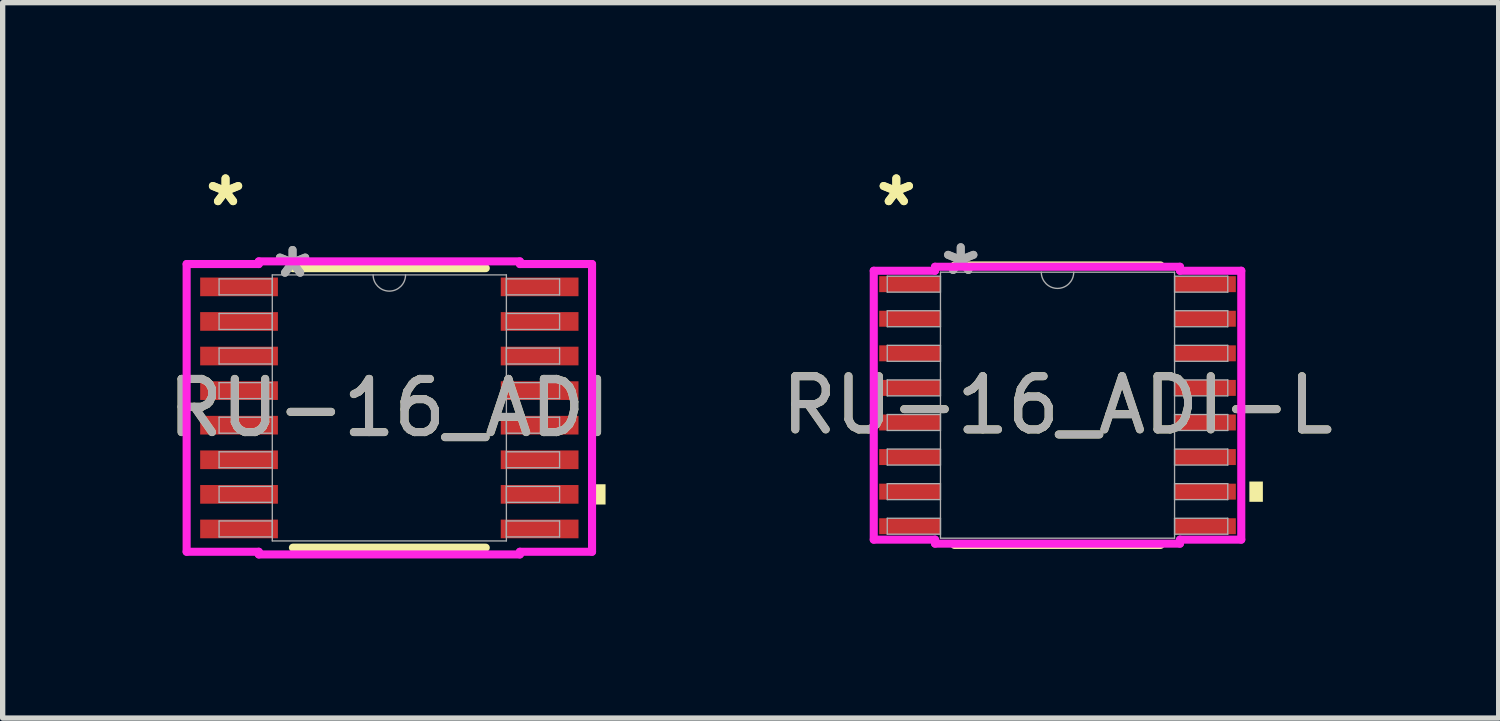
<source format=kicad_pcb>
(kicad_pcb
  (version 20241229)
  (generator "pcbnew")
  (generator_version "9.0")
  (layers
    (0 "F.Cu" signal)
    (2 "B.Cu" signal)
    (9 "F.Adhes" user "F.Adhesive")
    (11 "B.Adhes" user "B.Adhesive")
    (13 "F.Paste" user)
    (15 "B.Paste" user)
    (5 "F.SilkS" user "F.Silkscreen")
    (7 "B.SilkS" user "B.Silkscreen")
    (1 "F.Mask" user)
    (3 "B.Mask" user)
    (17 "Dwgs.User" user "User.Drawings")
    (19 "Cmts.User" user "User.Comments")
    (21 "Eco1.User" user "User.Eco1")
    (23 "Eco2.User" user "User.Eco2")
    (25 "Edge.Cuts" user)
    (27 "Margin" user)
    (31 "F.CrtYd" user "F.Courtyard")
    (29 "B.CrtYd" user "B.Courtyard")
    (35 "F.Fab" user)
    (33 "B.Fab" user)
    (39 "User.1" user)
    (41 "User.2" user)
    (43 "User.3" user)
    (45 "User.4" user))
  (footprint "RU-16_ADI"
    (layer "F.Cu")
    (at 4.268 4.617)
    (property "Reference" "RU-16_ADI" (at 0 0 0) (unlocked yes) (layer "F.SilkS") (effects (font (size 1 1) (thickness 0.15))))
    (attr smd)
    (fp_line (start -1.812 2.627) (end 1.812 2.627) (stroke (width 0.152) (type solid)) (layer "F.SilkS"))
    (fp_line (start 1.812 -2.627) (end -1.812 -2.627) (stroke (width 0.152) (type solid)) (layer "F.SilkS"))
    (fp_poly (pts (xy 4.064 1.435) (xy 4.064 1.816) (xy 3.81 1.816) (xy 3.81 1.435)) (stroke (width 0) (type solid)) (fill yes) (layer "F.SilkS"))
    (fp_line (start -3.81 -2.704) (end -2.454 -2.704) (stroke (width 0.152) (type solid)) (layer "F.CrtYd"))
    (fp_line (start -3.81 2.704) (end -3.81 -2.704) (stroke (width 0.152) (type solid)) (layer "F.CrtYd"))
    (fp_line (start -3.81 2.704) (end -2.454 2.704) (stroke (width 0.152) (type solid)) (layer "F.CrtYd"))
    (fp_line (start -2.454 -2.754) (end 2.454 -2.754) (stroke (width 0.152) (type solid)) (layer "F.CrtYd"))
    (fp_line (start -2.454 -2.704) (end -2.454 -2.754) (stroke (width 0.152) (type solid)) (layer "F.CrtYd"))
    (fp_line (start -2.454 2.754) (end -2.454 2.704) (stroke (width 0.152) (type solid)) (layer "F.CrtYd"))
    (fp_line (start 2.454 -2.754) (end 2.454 -2.704) (stroke (width 0.152) (type solid)) (layer "F.CrtYd"))
    (fp_line (start 2.454 2.704) (end 2.454 2.754) (stroke (width 0.152) (type solid)) (layer "F.CrtYd"))
    (fp_line (start 2.454 2.754) (end -2.454 2.754) (stroke (width 0.152) (type solid)) (layer "F.CrtYd"))
    (fp_line (start 3.81 -2.704) (end 2.454 -2.704) (stroke (width 0.152) (type solid)) (layer "F.CrtYd"))
    (fp_line (start 3.81 -2.704) (end 3.81 2.704) (stroke (width 0.152) (type solid)) (layer "F.CrtYd"))
    (fp_line (start 3.81 2.704) (end 2.454 2.704) (stroke (width 0.152) (type solid)) (layer "F.CrtYd"))
    (fp_line (start -3.2 -2.425) (end -3.2 -2.125) (stroke (width 0.025) (type solid)) (layer "F.Fab"))
    (fp_line (start -3.2 -2.125) (end -2.2 -2.125) (stroke (width 0.025) (type solid)) (layer "F.Fab"))
    (fp_line (start -3.2 -1.775) (end -3.2 -1.475) (stroke (width 0.025) (type solid)) (layer "F.Fab"))
    (fp_line (start -3.2 -1.475) (end -2.2 -1.475) (stroke (width 0.025) (type solid)) (layer "F.Fab"))
    (fp_line (start -3.2 -1.125) (end -3.2 -0.825) (stroke (width 0.025) (type solid)) (layer "F.Fab"))
    (fp_line (start -3.2 -0.825) (end -2.2 -0.825) (stroke (width 0.025) (type solid)) (layer "F.Fab"))
    (fp_line (start -3.2 -0.475) (end -3.2 -0.175) (stroke (width 0.025) (type solid)) (layer "F.Fab"))
    (fp_line (start -3.2 -0.175) (end -2.2 -0.175) (stroke (width 0.025) (type solid)) (layer "F.Fab"))
    (fp_line (start -3.2 0.175) (end -3.2 0.475) (stroke (width 0.025) (type solid)) (layer "F.Fab"))
    (fp_line (start -3.2 0.475) (end -2.2 0.475) (stroke (width 0.025) (type solid)) (layer "F.Fab"))
    (fp_line (start -3.2 0.825) (end -3.2 1.125) (stroke (width 0.025) (type solid)) (layer "F.Fab"))
    (fp_line (start -3.2 1.125) (end -2.2 1.125) (stroke (width 0.025) (type solid)) (layer "F.Fab"))
    (fp_line (start -3.2 1.475) (end -3.2 1.775) (stroke (width 0.025) (type solid)) (layer "F.Fab"))
    (fp_line (start -3.2 1.775) (end -2.2 1.775) (stroke (width 0.025) (type solid)) (layer "F.Fab"))
    (fp_line (start -3.2 2.125) (end -3.2 2.425) (stroke (width 0.025) (type solid)) (layer "F.Fab"))
    (fp_line (start -3.2 2.425) (end -2.2 2.425) (stroke (width 0.025) (type solid)) (layer "F.Fab"))
    (fp_line (start -2.2 -2.5) (end -2.2 2.5) (stroke (width 0.025) (type solid)) (layer "F.Fab"))
    (fp_line (start -2.2 -2.425) (end -3.2 -2.425) (stroke (width 0.025) (type solid)) (layer "F.Fab"))
    (fp_line (start -2.2 -2.125) (end -2.2 -2.425) (stroke (width 0.025) (type solid)) (layer "F.Fab"))
    (fp_line (start -2.2 -1.775) (end -3.2 -1.775) (stroke (width 0.025) (type solid)) (layer "F.Fab"))
    (fp_line (start -2.2 -1.475) (end -2.2 -1.775) (stroke (width 0.025) (type solid)) (layer "F.Fab"))
    (fp_line (start -2.2 -1.125) (end -3.2 -1.125) (stroke (width 0.025) (type solid)) (layer "F.Fab"))
    (fp_line (start -2.2 -0.825) (end -2.2 -1.125) (stroke (width 0.025) (type solid)) (layer "F.Fab"))
    (fp_line (start -2.2 -0.475) (end -3.2 -0.475) (stroke (width 0.025) (type solid)) (layer "F.Fab"))
    (fp_line (start -2.2 -0.175) (end -2.2 -0.475) (stroke (width 0.025) (type solid)) (layer "F.Fab"))
    (fp_line (start -2.2 0.175) (end -3.2 0.175) (stroke (width 0.025) (type solid)) (layer "F.Fab"))
    (fp_line (start -2.2 0.475) (end -2.2 0.175) (stroke (width 0.025) (type solid)) (layer "F.Fab"))
    (fp_line (start -2.2 0.825) (end -3.2 0.825) (stroke (width 0.025) (type solid)) (layer "F.Fab"))
    (fp_line (start -2.2 1.125) (end -2.2 0.825) (stroke (width 0.025) (type solid)) (layer "F.Fab"))
    (fp_line (start -2.2 1.475) (end -3.2 1.475) (stroke (width 0.025) (type solid)) (layer "F.Fab"))
    (fp_line (start -2.2 1.775) (end -2.2 1.475) (stroke (width 0.025) (type solid)) (layer "F.Fab"))
    (fp_line (start -2.2 2.125) (end -3.2 2.125) (stroke (width 0.025) (type solid)) (layer "F.Fab"))
    (fp_line (start -2.2 2.425) (end -2.2 2.125) (stroke (width 0.025) (type solid)) (layer "F.Fab"))
    (fp_line (start -2.2 2.5) (end 2.2 2.5) (stroke (width 0.025) (type solid)) (layer "F.Fab"))
    (fp_line (start 2.2 -2.5) (end -2.2 -2.5) (stroke (width 0.025) (type solid)) (layer "F.Fab"))
    (fp_line (start 2.2 -2.425) (end 2.2 -2.125) (stroke (width 0.025) (type solid)) (layer "F.Fab"))
    (fp_line (start 2.2 -2.125) (end 3.2 -2.125) (stroke (width 0.025) (type solid)) (layer "F.Fab"))
    (fp_line (start 2.2 -1.775) (end 2.2 -1.475) (stroke (width 0.025) (type solid)) (layer "F.Fab"))
    (fp_line (start 2.2 -1.475) (end 3.2 -1.475) (stroke (width 0.025) (type solid)) (layer "F.Fab"))
    (fp_line (start 2.2 -1.125) (end 2.2 -0.825) (stroke (width 0.025) (type solid)) (layer "F.Fab"))
    (fp_line (start 2.2 -0.825) (end 3.2 -0.825) (stroke (width 0.025) (type solid)) (layer "F.Fab"))
    (fp_line (start 2.2 -0.475) (end 2.2 -0.175) (stroke (width 0.025) (type solid)) (layer "F.Fab"))
    (fp_line (start 2.2 -0.175) (end 3.2 -0.175) (stroke (width 0.025) (type solid)) (layer "F.Fab"))
    (fp_line (start 2.2 0.175) (end 2.2 0.475) (stroke (width 0.025) (type solid)) (layer "F.Fab"))
    (fp_line (start 2.2 0.475) (end 3.2 0.475) (stroke (width 0.025) (type solid)) (layer "F.Fab"))
    (fp_line (start 2.2 0.825) (end 2.2 1.125) (stroke (width 0.025) (type solid)) (layer "F.Fab"))
    (fp_line (start 2.2 1.125) (end 3.2 1.125) (stroke (width 0.025) (type solid)) (layer "F.Fab"))
    (fp_line (start 2.2 1.475) (end 2.2 1.775) (stroke (width 0.025) (type solid)) (layer "F.Fab"))
    (fp_line (start 2.2 1.775) (end 3.2 1.775) (stroke (width 0.025) (type solid)) (layer "F.Fab"))
    (fp_line (start 2.2 2.125) (end 2.2 2.425) (stroke (width 0.025) (type solid)) (layer "F.Fab"))
    (fp_line (start 2.2 2.425) (end 3.2 2.425) (stroke (width 0.025) (type solid)) (layer "F.Fab"))
    (fp_line (start 2.2 2.5) (end 2.2 -2.5) (stroke (width 0.025) (type solid)) (layer "F.Fab"))
    (fp_line (start 3.2 -2.425) (end 2.2 -2.425) (stroke (width 0.025) (type solid)) (layer "F.Fab"))
    (fp_line (start 3.2 -2.125) (end 3.2 -2.425) (stroke (width 0.025) (type solid)) (layer "F.Fab"))
    (fp_line (start 3.2 -1.775) (end 2.2 -1.775) (stroke (width 0.025) (type solid)) (layer "F.Fab"))
    (fp_line (start 3.2 -1.475) (end 3.2 -1.775) (stroke (width 0.025) (type solid)) (layer "F.Fab"))
    (fp_line (start 3.2 -1.125) (end 2.2 -1.125) (stroke (width 0.025) (type solid)) (layer "F.Fab"))
    (fp_line (start 3.2 -0.825) (end 3.2 -1.125) (stroke (width 0.025) (type solid)) (layer "F.Fab"))
    (fp_line (start 3.2 -0.475) (end 2.2 -0.475) (stroke (width 0.025) (type solid)) (layer "F.Fab"))
    (fp_line (start 3.2 -0.175) (end 3.2 -0.475) (stroke (width 0.025) (type solid)) (layer "F.Fab"))
    (fp_line (start 3.2 0.175) (end 2.2 0.175) (stroke (width 0.025) (type solid)) (layer "F.Fab"))
    (fp_line (start 3.2 0.475) (end 3.2 0.175) (stroke (width 0.025) (type solid)) (layer "F.Fab"))
    (fp_line (start 3.2 0.825) (end 2.2 0.825) (stroke (width 0.025) (type solid)) (layer "F.Fab"))
    (fp_line (start 3.2 1.125) (end 3.2 0.825) (stroke (width 0.025) (type solid)) (layer "F.Fab"))
    (fp_line (start 3.2 1.475) (end 2.2 1.475) (stroke (width 0.025) (type solid)) (layer "F.Fab"))
    (fp_line (start 3.2 1.775) (end 3.2 1.475) (stroke (width 0.025) (type solid)) (layer "F.Fab"))
    (fp_line (start 3.2 2.125) (end 2.2 2.125) (stroke (width 0.025) (type solid)) (layer "F.Fab"))
    (fp_line (start 3.2 2.425) (end 3.2 2.125) (stroke (width 0.025) (type solid)) (layer "F.Fab"))
    (fp_arc (start 0.3048 -2.5) (mid 0 -2.1952) (end -0.3048 -2.5) (stroke (width 0.0254) (type solid)) (layer "F.Fab"))
    (fp_text user "*" (at -3.079 -3.769 0) (layer "F.SilkS") (effects (font (size 1 1) (thickness 0.15))))
    (fp_text user "*" (at -3.079 -3.769 0) (unlocked yes) (layer "F.SilkS") (effects (font (size 1 1) (thickness 0.15))))
    (fp_text user "${REFERENCE}" (at 0 0 0) (unlocked yes) (layer "F.Fab") (effects (font (size 1 1) (thickness 0.15))))
    (fp_text user "*" (at -1.819 -2.424 0) (layer "F.Fab") (effects (font (size 1 1) (thickness 0.15))))
    (fp_text user "*" (at -1.819 -2.424 0) (unlocked yes) (layer "F.Fab") (effects (font (size 1 1) (thickness 0.15))))
    (pad "1" smd rect (at -2.825 -2.275) (size 1.461 0.351) (layers "F.Cu" "F.Mask" "F.Paste"))
    (pad "2" smd rect (at -2.825 -1.625) (size 1.461 0.351) (layers "F.Cu" "F.Mask" "F.Paste"))
    (pad "3" smd rect (at -2.825 -0.975) (size 1.461 0.351) (layers "F.Cu" "F.Mask" "F.Paste"))
    (pad "4" smd rect (at -2.825 -0.325) (size 1.461 0.351) (layers "F.Cu" "F.Mask" "F.Paste"))
    (pad "5" smd rect (at -2.825 0.325) (size 1.461 0.351) (layers "F.Cu" "F.Mask" "F.Paste"))
    (pad "6" smd rect (at -2.825 0.975) (size 1.461 0.351) (layers "F.Cu" "F.Mask" "F.Paste"))
    (pad "7" smd rect (at -2.825 1.625) (size 1.461 0.351) (layers "F.Cu" "F.Mask" "F.Paste"))
    (pad "8" smd rect (at -2.825 2.275) (size 1.461 0.351) (layers "F.Cu" "F.Mask" "F.Paste"))
    (pad "9" smd rect (at 2.825 2.275) (size 1.461 0.351) (layers "F.Cu" "F.Mask" "F.Paste"))
    (pad "10" smd rect (at 2.825 1.625) (size 1.461 0.351) (layers "F.Cu" "F.Mask" "F.Paste"))
    (pad "11" smd rect (at 2.825 0.975) (size 1.461 0.351) (layers "F.Cu" "F.Mask" "F.Paste"))
    (pad "12" smd rect (at 2.825 0.325) (size 1.461 0.351) (layers "F.Cu" "F.Mask" "F.Paste"))
    (pad "13" smd rect (at 2.825 -0.325) (size 1.461 0.351) (layers "F.Cu" "F.Mask" "F.Paste"))
    (pad "14" smd rect (at 2.825 -0.975) (size 1.461 0.351) (layers "F.Cu" "F.Mask" "F.Paste"))
    (pad "15" smd rect (at 2.825 -1.625) (size 1.461 0.351) (layers "F.Cu" "F.Mask" "F.Paste"))
    (pad "16" smd rect (at 2.825 -2.275) (size 1.461 0.351) (layers "F.Cu" "F.Mask" "F.Paste")))
  (footprint "RU-16_ADI-L"
    (layer "F.Cu")
    (at 16.827 4.566)
    (property "Reference" "RU-16_ADI-L" (at 0 0 0) (unlocked yes) (layer "F.SilkS") (effects (font (size 1 1) (thickness 0.15))))
    (attr smd)
    (fp_line (start -1.936 2.627) (end 1.936 2.627) (stroke (width 0.152) (type solid)) (layer "F.SilkS"))
    (fp_line (start 1.936 -2.627) (end -1.936 -2.627) (stroke (width 0.152) (type solid)) (layer "F.SilkS"))
    (fp_poly (pts (xy 3.86 1.435) (xy 3.86 1.816) (xy 3.606 1.816) (xy 3.606 1.435)) (stroke (width 0) (type solid)) (fill yes) (layer "F.SilkS"))
    (fp_line (start -3.454 -2.527) (end -2.302 -2.527) (stroke (width 0.152) (type solid)) (layer "F.CrtYd"))
    (fp_line (start -3.454 2.527) (end -3.454 -2.527) (stroke (width 0.152) (type solid)) (layer "F.CrtYd"))
    (fp_line (start -3.454 2.527) (end -2.302 2.527) (stroke (width 0.152) (type solid)) (layer "F.CrtYd"))
    (fp_line (start -2.302 -2.602) (end 2.302 -2.602) (stroke (width 0.152) (type solid)) (layer "F.CrtYd"))
    (fp_line (start -2.302 -2.527) (end -2.302 -2.602) (stroke (width 0.152) (type solid)) (layer "F.CrtYd"))
    (fp_line (start -2.302 2.602) (end -2.302 2.527) (stroke (width 0.152) (type solid)) (layer "F.CrtYd"))
    (fp_line (start 2.302 -2.602) (end 2.302 -2.527) (stroke (width 0.152) (type solid)) (layer "F.CrtYd"))
    (fp_line (start 2.302 2.527) (end 2.302 2.602) (stroke (width 0.152) (type solid)) (layer "F.CrtYd"))
    (fp_line (start 2.302 2.602) (end -2.302 2.602) (stroke (width 0.152) (type solid)) (layer "F.CrtYd"))
    (fp_line (start 3.454 -2.527) (end 2.302 -2.527) (stroke (width 0.152) (type solid)) (layer "F.CrtYd"))
    (fp_line (start 3.454 -2.527) (end 3.454 2.527) (stroke (width 0.152) (type solid)) (layer "F.CrtYd"))
    (fp_line (start 3.454 2.527) (end 2.302 2.527) (stroke (width 0.152) (type solid)) (layer "F.CrtYd"))
    (fp_line (start -3.2 -2.425) (end -3.2 -2.125) (stroke (width 0.025) (type solid)) (layer "F.Fab"))
    (fp_line (start -3.2 -2.125) (end -2.2 -2.125) (stroke (width 0.025) (type solid)) (layer "F.Fab"))
    (fp_line (start -3.2 -1.775) (end -3.2 -1.475) (stroke (width 0.025) (type solid)) (layer "F.Fab"))
    (fp_line (start -3.2 -1.475) (end -2.2 -1.475) (stroke (width 0.025) (type solid)) (layer "F.Fab"))
    (fp_line (start -3.2 -1.125) (end -3.2 -0.825) (stroke (width 0.025) (type solid)) (layer "F.Fab"))
    (fp_line (start -3.2 -0.825) (end -2.2 -0.825) (stroke (width 0.025) (type solid)) (layer "F.Fab"))
    (fp_line (start -3.2 -0.475) (end -3.2 -0.175) (stroke (width 0.025) (type solid)) (layer "F.Fab"))
    (fp_line (start -3.2 -0.175) (end -2.2 -0.175) (stroke (width 0.025) (type solid)) (layer "F.Fab"))
    (fp_line (start -3.2 0.175) (end -3.2 0.475) (stroke (width 0.025) (type solid)) (layer "F.Fab"))
    (fp_line (start -3.2 0.475) (end -2.2 0.475) (stroke (width 0.025) (type solid)) (layer "F.Fab"))
    (fp_line (start -3.2 0.825) (end -3.2 1.125) (stroke (width 0.025) (type solid)) (layer "F.Fab"))
    (fp_line (start -3.2 1.125) (end -2.2 1.125) (stroke (width 0.025) (type solid)) (layer "F.Fab"))
    (fp_line (start -3.2 1.475) (end -3.2 1.775) (stroke (width 0.025) (type solid)) (layer "F.Fab"))
    (fp_line (start -3.2 1.775) (end -2.2 1.775) (stroke (width 0.025) (type solid)) (layer "F.Fab"))
    (fp_line (start -3.2 2.125) (end -3.2 2.425) (stroke (width 0.025) (type solid)) (layer "F.Fab"))
    (fp_line (start -3.2 2.425) (end -2.2 2.425) (stroke (width 0.025) (type solid)) (layer "F.Fab"))
    (fp_line (start -2.2 -2.5) (end -2.2 2.5) (stroke (width 0.025) (type solid)) (layer "F.Fab"))
    (fp_line (start -2.2 -2.425) (end -3.2 -2.425) (stroke (width 0.025) (type solid)) (layer "F.Fab"))
    (fp_line (start -2.2 -2.125) (end -2.2 -2.425) (stroke (width 0.025) (type solid)) (layer "F.Fab"))
    (fp_line (start -2.2 -1.775) (end -3.2 -1.775) (stroke (width 0.025) (type solid)) (layer "F.Fab"))
    (fp_line (start -2.2 -1.475) (end -2.2 -1.775) (stroke (width 0.025) (type solid)) (layer "F.Fab"))
    (fp_line (start -2.2 -1.125) (end -3.2 -1.125) (stroke (width 0.025) (type solid)) (layer "F.Fab"))
    (fp_line (start -2.2 -0.825) (end -2.2 -1.125) (stroke (width 0.025) (type solid)) (layer "F.Fab"))
    (fp_line (start -2.2 -0.475) (end -3.2 -0.475) (stroke (width 0.025) (type solid)) (layer "F.Fab"))
    (fp_line (start -2.2 -0.175) (end -2.2 -0.475) (stroke (width 0.025) (type solid)) (layer "F.Fab"))
    (fp_line (start -2.2 0.175) (end -3.2 0.175) (stroke (width 0.025) (type solid)) (layer "F.Fab"))
    (fp_line (start -2.2 0.475) (end -2.2 0.175) (stroke (width 0.025) (type solid)) (layer "F.Fab"))
    (fp_line (start -2.2 0.825) (end -3.2 0.825) (stroke (width 0.025) (type solid)) (layer "F.Fab"))
    (fp_line (start -2.2 1.125) (end -2.2 0.825) (stroke (width 0.025) (type solid)) (layer "F.Fab"))
    (fp_line (start -2.2 1.475) (end -3.2 1.475) (stroke (width 0.025) (type solid)) (layer "F.Fab"))
    (fp_line (start -2.2 1.775) (end -2.2 1.475) (stroke (width 0.025) (type solid)) (layer "F.Fab"))
    (fp_line (start -2.2 2.125) (end -3.2 2.125) (stroke (width 0.025) (type solid)) (layer "F.Fab"))
    (fp_line (start -2.2 2.425) (end -2.2 2.125) (stroke (width 0.025) (type solid)) (layer "F.Fab"))
    (fp_line (start -2.2 2.5) (end 2.2 2.5) (stroke (width 0.025) (type solid)) (layer "F.Fab"))
    (fp_line (start 2.2 -2.5) (end -2.2 -2.5) (stroke (width 0.025) (type solid)) (layer "F.Fab"))
    (fp_line (start 2.2 -2.425) (end 2.2 -2.125) (stroke (width 0.025) (type solid)) (layer "F.Fab"))
    (fp_line (start 2.2 -2.125) (end 3.2 -2.125) (stroke (width 0.025) (type solid)) (layer "F.Fab"))
    (fp_line (start 2.2 -1.775) (end 2.2 -1.475) (stroke (width 0.025) (type solid)) (layer "F.Fab"))
    (fp_line (start 2.2 -1.475) (end 3.2 -1.475) (stroke (width 0.025) (type solid)) (layer "F.Fab"))
    (fp_line (start 2.2 -1.125) (end 2.2 -0.825) (stroke (width 0.025) (type solid)) (layer "F.Fab"))
    (fp_line (start 2.2 -0.825) (end 3.2 -0.825) (stroke (width 0.025) (type solid)) (layer "F.Fab"))
    (fp_line (start 2.2 -0.475) (end 2.2 -0.175) (stroke (width 0.025) (type solid)) (layer "F.Fab"))
    (fp_line (start 2.2 -0.175) (end 3.2 -0.175) (stroke (width 0.025) (type solid)) (layer "F.Fab"))
    (fp_line (start 2.2 0.175) (end 2.2 0.475) (stroke (width 0.025) (type solid)) (layer "F.Fab"))
    (fp_line (start 2.2 0.475) (end 3.2 0.475) (stroke (width 0.025) (type solid)) (layer "F.Fab"))
    (fp_line (start 2.2 0.825) (end 2.2 1.125) (stroke (width 0.025) (type solid)) (layer "F.Fab"))
    (fp_line (start 2.2 1.125) (end 3.2 1.125) (stroke (width 0.025) (type solid)) (layer "F.Fab"))
    (fp_line (start 2.2 1.475) (end 2.2 1.775) (stroke (width 0.025) (type solid)) (layer "F.Fab"))
    (fp_line (start 2.2 1.775) (end 3.2 1.775) (stroke (width 0.025) (type solid)) (layer "F.Fab"))
    (fp_line (start 2.2 2.125) (end 2.2 2.425) (stroke (width 0.025) (type solid)) (layer "F.Fab"))
    (fp_line (start 2.2 2.425) (end 3.2 2.425) (stroke (width 0.025) (type solid)) (layer "F.Fab"))
    (fp_line (start 2.2 2.5) (end 2.2 -2.5) (stroke (width 0.025) (type solid)) (layer "F.Fab"))
    (fp_line (start 3.2 -2.425) (end 2.2 -2.425) (stroke (width 0.025) (type solid)) (layer "F.Fab"))
    (fp_line (start 3.2 -2.125) (end 3.2 -2.425) (stroke (width 0.025) (type solid)) (layer "F.Fab"))
    (fp_line (start 3.2 -1.775) (end 2.2 -1.775) (stroke (width 0.025) (type solid)) (layer "F.Fab"))
    (fp_line (start 3.2 -1.475) (end 3.2 -1.775) (stroke (width 0.025) (type solid)) (layer "F.Fab"))
    (fp_line (start 3.2 -1.125) (end 2.2 -1.125) (stroke (width 0.025) (type solid)) (layer "F.Fab"))
    (fp_line (start 3.2 -0.825) (end 3.2 -1.125) (stroke (width 0.025) (type solid)) (layer "F.Fab"))
    (fp_line (start 3.2 -0.475) (end 2.2 -0.475) (stroke (width 0.025) (type solid)) (layer "F.Fab"))
    (fp_line (start 3.2 -0.175) (end 3.2 -0.475) (stroke (width 0.025) (type solid)) (layer "F.Fab"))
    (fp_line (start 3.2 0.175) (end 2.2 0.175) (stroke (width 0.025) (type solid)) (layer "F.Fab"))
    (fp_line (start 3.2 0.475) (end 3.2 0.175) (stroke (width 0.025) (type solid)) (layer "F.Fab"))
    (fp_line (start 3.2 0.825) (end 2.2 0.825) (stroke (width 0.025) (type solid)) (layer "F.Fab"))
    (fp_line (start 3.2 1.125) (end 3.2 0.825) (stroke (width 0.025) (type solid)) (layer "F.Fab"))
    (fp_line (start 3.2 1.475) (end 2.2 1.475) (stroke (width 0.025) (type solid)) (layer "F.Fab"))
    (fp_line (start 3.2 1.775) (end 3.2 1.475) (stroke (width 0.025) (type solid)) (layer "F.Fab"))
    (fp_line (start 3.2 2.125) (end 2.2 2.125) (stroke (width 0.025) (type solid)) (layer "F.Fab"))
    (fp_line (start 3.2 2.425) (end 3.2 2.125) (stroke (width 0.025) (type solid)) (layer "F.Fab"))
    (fp_arc (start 0.3048 -2.5) (mid 0 -2.1952) (end -0.3048 -2.5) (stroke (width 0.0254) (type solid)) (layer "F.Fab"))
    (fp_text user "*" (at -3.03 -3.718 0) (unlocked yes) (layer "F.SilkS") (effects (font (size 1 1) (thickness 0.15))))
    (fp_text user "*" (at -3.03 -3.718 0) (layer "F.SilkS") (effects (font (size 1 1) (thickness 0.15))))
    (fp_text user "*" (at -1.819 -2.424 0) (unlocked yes) (layer "F.Fab") (effects (font (size 1 1) (thickness 0.15))))
    (fp_text user "${REFERENCE}" (at 0 0 0) (unlocked yes) (layer "F.Fab") (effects (font (size 1 1) (thickness 0.15))))
    (fp_text user "*" (at -1.819 -2.424 0) (layer "F.Fab") (effects (font (size 1 1) (thickness 0.15))))
    (pad "1" smd rect (at -2.776 -2.275) (size 1.152 0.3) (layers "F.Cu" "F.Mask" "F.Paste"))
    (pad "2" smd rect (at -2.776 -1.625) (size 1.152 0.3) (layers "F.Cu" "F.Mask" "F.Paste"))
    (pad "3" smd rect (at -2.776 -0.975) (size 1.152 0.3) (layers "F.Cu" "F.Mask" "F.Paste"))
    (pad "4" smd rect (at -2.776 -0.325) (size 1.152 0.3) (layers "F.Cu" "F.Mask" "F.Paste"))
    (pad "5" smd rect (at -2.776 0.325) (size 1.152 0.3) (layers "F.Cu" "F.Mask" "F.Paste"))
    (pad "6" smd rect (at -2.776 0.975) (size 1.152 0.3) (layers "F.Cu" "F.Mask" "F.Paste"))
    (pad "7" smd rect (at -2.776 1.625) (size 1.152 0.3) (layers "F.Cu" "F.Mask" "F.Paste"))
    (pad "8" smd rect (at -2.776 2.275) (size 1.152 0.3) (layers "F.Cu" "F.Mask" "F.Paste"))
    (pad "9" smd rect (at 2.776 2.275) (size 1.152 0.3) (layers "F.Cu" "F.Mask" "F.Paste"))
    (pad "10" smd rect (at 2.776 1.625) (size 1.152 0.3) (layers "F.Cu" "F.Mask" "F.Paste"))
    (pad "11" smd rect (at 2.776 0.975) (size 1.152 0.3) (layers "F.Cu" "F.Mask" "F.Paste"))
    (pad "12" smd rect (at 2.776 0.325) (size 1.152 0.3) (layers "F.Cu" "F.Mask" "F.Paste"))
    (pad "13" smd rect (at 2.776 -0.325) (size 1.152 0.3) (layers "F.Cu" "F.Mask" "F.Paste"))
    (pad "14" smd rect (at 2.776 -0.975) (size 1.152 0.3) (layers "F.Cu" "F.Mask" "F.Paste"))
    (pad "15" smd rect (at 2.776 -1.625) (size 1.152 0.3) (layers "F.Cu" "F.Mask" "F.Paste"))
    (pad "16" smd rect (at 2.776 -2.275) (size 1.152 0.3) (layers "F.Cu" "F.Mask" "F.Paste")))
  (gr_rect
    (start -3 -3)
    (end 25.119 10.447)
    (stroke (width 0.1) (type default))
    (fill no)
    (layer "Edge.Cuts")))
</source>
